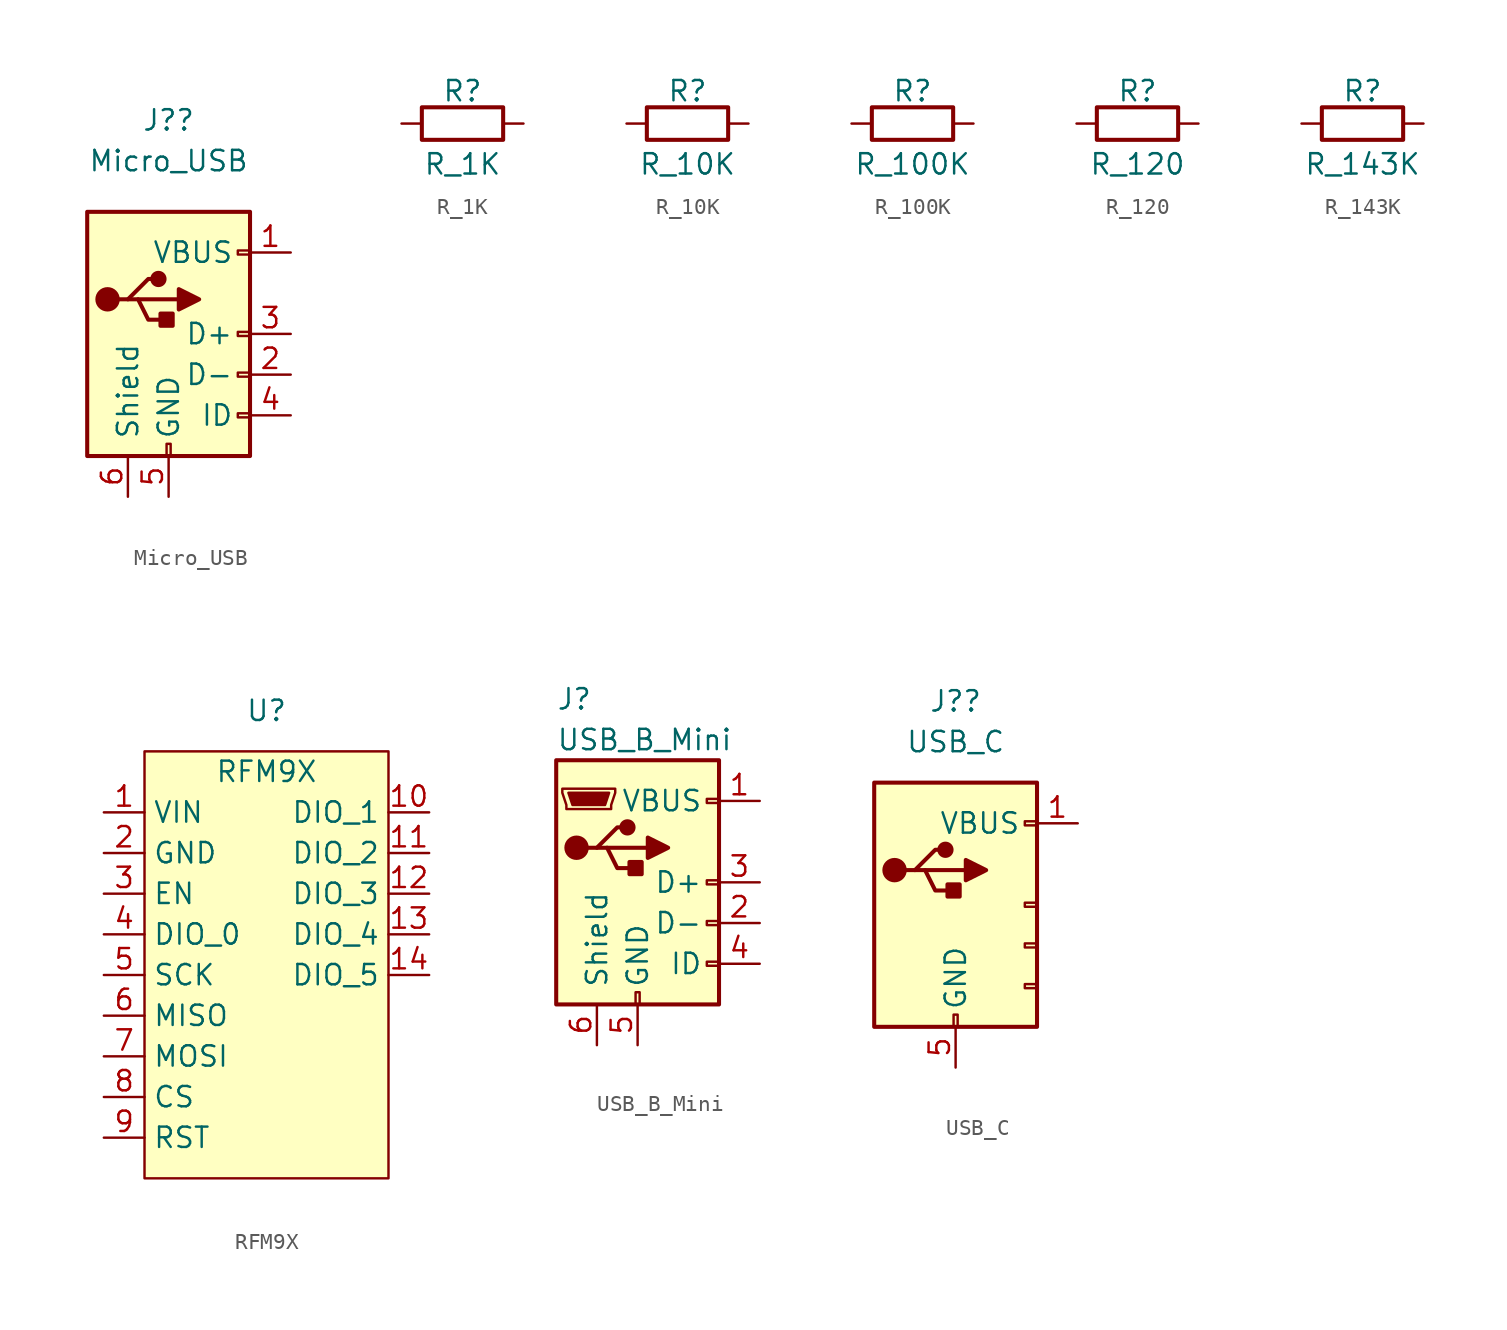
<source format=kicad_sym>
(kicad_symbol_lib
  (version 20211014)
  (generator kicad_symbol_editor)
  (symbol "Micro_USB"
    (pin_names
      (offset 1.016))
    (property "Reference" "J?"
      (at 0 13.335 0)
      (effects (font (size 1.27 1.27))))
    (property "Value" "Micro_USB"
      (at 0 10.795 0)
      (effects (font (size 1.27 1.27))))
    (symbol "Micro_USB_0_1"
      (rectangle (start -5.08 -7.62) (end 5.08 7.62) (stroke (width 0.254) (type default) (color 0 0 0 0)) (fill (type background)))
      (circle (center -3.81 2.159) (radius 0.635) (stroke (width 0.254) (type default) (color 0 0 0 0)) (fill (type outline)))
      (circle (center -0.635 3.429) (radius 0.381) (stroke (width 0.254) (type default) (color 0 0 0 0)) (fill (type outline)))
      (rectangle (start -0.127 -7.62) (end 0.127 -6.858) (stroke (width 0) (type default) (color 0 0 0 0)) (fill (type none)))
      (polyline (pts (xy -1.905 2.159) (xy 0.635 2.159)) (stroke (width 0.254) (type default) (color 0 0 0 0)) (fill (type none)))
      (polyline (pts (xy -3.175 2.159) (xy -2.54 2.159) (xy -1.27 3.429) (xy -0.635 3.429)) (stroke (width 0.254) (type default) (color 0 0 0 0)) (fill (type none)))
      (polyline (pts (xy -2.54 2.159) (xy -1.905 2.159) (xy -1.27 0.889) (xy 0 0.889)) (stroke (width 0.254) (type default) (color 0 0 0 0)) (fill (type none)))
      (polyline (pts (xy 0.635 2.794) (xy 0.635 1.524) (xy 1.905 2.159) (xy 0.635 2.794)) (stroke (width 0.254) (type default) (color 0 0 0 0)) (fill (type outline)))
      (rectangle (start 0.254 1.27) (end -0.508 0.508) (stroke (width 0.254) (type default) (color 0 0 0 0)) (fill (type outline)))
      (rectangle (start 5.08 -5.207) (end 4.318 -4.953) (stroke (width 0) (type default) (color 0 0 0 0)) (fill (type none)))
      (rectangle (start 5.08 -2.667) (end 4.318 -2.413) (stroke (width 0) (type default) (color 0 0 0 0)) (fill (type none)))
      (rectangle (start 5.08 -0.127) (end 4.318 0.127) (stroke (width 0) (type default) (color 0 0 0 0)) (fill (type none)))
      (rectangle (start 5.08 4.953) (end 4.318 5.207) (stroke (width 0) (type default) (color 0 0 0 0)) (fill (type none))))
    (symbol "Micro_USB_1_1"
      (pin power_out line (at 7.62 5.08 180) (length 2.54) (name "VBUS" (effects (font (size 1.27 1.27)))) (number "1" (effects (font (size 1.27 1.27)))))
      (pin passive line (at 7.62 -2.54 180) (length 2.54) (name "D-" (effects (font (size 1.27 1.27)))) (number "2" (effects (font (size 1.27 1.27)))))
      (pin passive line (at 7.62 0 180) (length 2.54) (name "D+" (effects (font (size 1.27 1.27)))) (number "3" (effects (font (size 1.27 1.27)))))
      (pin passive line (at 7.62 -5.08 180) (length 2.54) (name "ID" (effects (font (size 1.27 1.27)))) (number "4" (effects (font (size 1.27 1.27)))))
      (pin power_out line (at 0 -10.16 90) (length 2.54) (name "GND" (effects (font (size 1.27 1.27)))) (number "5" (effects (font (size 1.27 1.27)))))
      (pin passive line (at -2.54 -10.16 90) (length 2.54) (name "Shield" (effects (font (size 1.27 1.27)))) (number "6" (effects (font (size 1.27 1.27)))))))
  (symbol "R_1K"
    (pin_numbers hide)
    (pin_names
      (offset 0))
    (property "Reference" "R"
      (at 0 2.032 0)
      (effects (font (size 1.27 1.27))))
    (property "Value" "R_1K"
      (at 0 -2.54 0)
      (effects (font (size 1.27 1.27))))
    (symbol "R_1K_0_1"
      (rectangle (start 2.54 -1.016) (end -2.54 1.016) (stroke (width 0.254) (type default) (color 0 0 0 0)) (fill (type none))))
    (symbol "R_1K_1_1"
      (pin passive line (at -3.81 0 0) (length 1.27) (name "~" (effects (font (size 1.27 1.27)))) (number "1" (effects (font (size 1.27 1.27)))))
      (pin passive line (at 3.81 0 180) (length 1.27) (name "~" (effects (font (size 1.27 1.27)))) (number "2" (effects (font (size 1.27 1.27)))))))
  (symbol "R_10K"
    (pin_numbers hide)
    (pin_names
      (offset 0))
    (property "Reference" "R"
      (at 0 2.032 0)
      (effects (font (size 1.27 1.27))))
    (property "Value" "R_10K"
      (at 0 -2.54 0)
      (effects (font (size 1.27 1.27))))
    (symbol "R_10K_0_1"
      (rectangle (start 2.54 -1.016) (end -2.54 1.016) (stroke (width 0.254) (type default) (color 0 0 0 0)) (fill (type none))))
    (symbol "R_10K_1_1"
      (pin passive line (at -3.81 0 0) (length 1.27) (name "~" (effects (font (size 1.27 1.27)))) (number "1" (effects (font (size 1.27 1.27)))))
      (pin passive line (at 3.81 0 180) (length 1.27) (name "~" (effects (font (size 1.27 1.27)))) (number "2" (effects (font (size 1.27 1.27)))))))
  (symbol "R_100K"
    (pin_numbers hide)
    (pin_names
      (offset 0))
    (property "Reference" "R"
      (at 0 2.032 0)
      (effects (font (size 1.27 1.27))))
    (property "Value" "R_100K"
      (at 0 -2.54 0)
      (effects (font (size 1.27 1.27))))
    (symbol "R_100K_0_1"
      (rectangle (start 2.54 -1.016) (end -2.54 1.016) (stroke (width 0.254) (type default) (color 0 0 0 0)) (fill (type none))))
    (symbol "R_100K_1_1"
      (pin passive line (at -3.81 0 0) (length 1.27) (name "~" (effects (font (size 1.27 1.27)))) (number "1" (effects (font (size 1.27 1.27)))))
      (pin passive line (at 3.81 0 180) (length 1.27) (name "~" (effects (font (size 1.27 1.27)))) (number "2" (effects (font (size 1.27 1.27)))))))
  (symbol "R_120"
    (pin_numbers hide)
    (pin_names
      (offset 0))
    (property "Reference" "R"
      (at 0 2.032 0)
      (effects (font (size 1.27 1.27))))
    (property "Value" "R_120"
      (at 0 -2.54 0)
      (effects (font (size 1.27 1.27))))
    (symbol "R_120_0_1"
      (rectangle (start 2.54 -1.016) (end -2.54 1.016) (stroke (width 0.254) (type default) (color 0 0 0 0)) (fill (type none))))
    (symbol "R_120_1_1"
      (pin passive line (at -3.81 0 0) (length 1.27) (name "~" (effects (font (size 1.27 1.27)))) (number "1" (effects (font (size 1.27 1.27)))))
      (pin passive line (at 3.81 0 180) (length 1.27) (name "~" (effects (font (size 1.27 1.27)))) (number "2" (effects (font (size 1.27 1.27)))))))
  (symbol "R_143K"
    (pin_numbers hide)
    (pin_names
      (offset 0))
    (property "Reference" "R"
      (at 0 2.032 0)
      (effects (font (size 1.27 1.27))))
    (property "Value" "R_143K"
      (at 0 -2.54 0)
      (effects (font (size 1.27 1.27))))
    (symbol "R_143K_0_1"
      (rectangle (start 2.54 -1.016) (end -2.54 1.016) (stroke (width 0.254) (type default) (color 0 0 0 0)) (fill (type none))))
    (symbol "R_143K_1_1"
      (pin passive line (at -3.81 0 0) (length 1.27) (name "~" (effects (font (size 1.27 1.27)))) (number "1" (effects (font (size 1.27 1.27)))))
      (pin passive line (at 3.81 0 180) (length 1.27) (name "~" (effects (font (size 1.27 1.27)))) (number "2" (effects (font (size 1.27 1.27)))))))
  (symbol "RFM9X"
    (property "Reference" "U"
      (at 0 3.81 0)
      (effects (font (size 1.27 1.27))))
    (property "Value" "RFM9X"
      (at 0 0 0)
      (effects (font (size 1.27 1.27))))
    (symbol "RFM9X_0_1"
      (rectangle (start -7.62 1.27) (end 7.62 -25.4) (stroke (width 0) (type default) (color 0 0 0 0)) (fill (type background))))
    (symbol "RFM9X_1_1"
      (pin input line (at -10.16 -2.54 0) (length 2.54) (name "VIN" (effects (font (size 1.27 1.27)))) (number "1" (effects (font (size 1.27 1.27)))))
      (pin input line (at 10.16 -2.54 180) (length 2.54) (name "DIO_1" (effects (font (size 1.27 1.27)))) (number "10" (effects (font (size 1.27 1.27)))))
      (pin input line (at 10.16 -5.08 180) (length 2.54) (name "DIO_2" (effects (font (size 1.27 1.27)))) (number "11" (effects (font (size 1.27 1.27)))))
      (pin input line (at 10.16 -7.62 180) (length 2.54) (name "DIO_3" (effects (font (size 1.27 1.27)))) (number "12" (effects (font (size 1.27 1.27)))))
      (pin input line (at 10.16 -10.16 180) (length 2.54) (name "DIO_4" (effects (font (size 1.27 1.27)))) (number "13" (effects (font (size 1.27 1.27)))))
      (pin input line (at 10.16 -12.7 180) (length 2.54) (name "DIO_5" (effects (font (size 1.27 1.27)))) (number "14" (effects (font (size 1.27 1.27)))))
      (pin input line (at -10.16 -5.08 0) (length 2.54) (name "GND" (effects (font (size 1.27 1.27)))) (number "2" (effects (font (size 1.27 1.27)))))
      (pin input line (at -10.16 -7.62 0) (length 2.54) (name "EN" (effects (font (size 1.27 1.27)))) (number "3" (effects (font (size 1.27 1.27)))))
      (pin input line (at -10.16 -10.16 0) (length 2.54) (name "DIO_0" (effects (font (size 1.27 1.27)))) (number "4" (effects (font (size 1.27 1.27)))))
      (pin input line (at -10.16 -12.7 0) (length 2.54) (name "SCK" (effects (font (size 1.27 1.27)))) (number "5" (effects (font (size 1.27 1.27)))))
      (pin input line (at -10.16 -15.24 0) (length 2.54) (name "MISO" (effects (font (size 1.27 1.27)))) (number "6" (effects (font (size 1.27 1.27)))))
      (pin input line (at -10.16 -17.78 0) (length 2.54) (name "MOSI" (effects (font (size 1.27 1.27)))) (number "7" (effects (font (size 1.27 1.27)))))
      (pin input line (at -10.16 -20.32 0) (length 2.54) (name "CS" (effects (font (size 1.27 1.27)))) (number "8" (effects (font (size 1.27 1.27)))))
      (pin input line (at -10.16 -22.86 0) (length 2.54) (name "RST" (effects (font (size 1.27 1.27)))) (number "9" (effects (font (size 1.27 1.27)))))))
  (symbol "USB_B_Mini"
    (pin_names
      (offset 1.016))
    (property "Reference" "J"
      (at -5.08 11.43 0)
      (effects (font (size 1.27 1.27)) (justify left)))
    (property "Value" "USB_B_Mini"
      (at -5.08 8.89 0)
      (effects (font (size 1.27 1.27)) (justify left)))
    (symbol "USB_B_Mini_0_1"
      (rectangle (start -5.08 -7.62) (end 5.08 7.62) (stroke (width 0.254) (type default) (color 0 0 0 0)) (fill (type background)))
      (circle (center -3.81 2.159) (radius 0.635) (stroke (width 0.254) (type default) (color 0 0 0 0)) (fill (type outline)))
      (circle (center -0.635 3.429) (radius 0.381) (stroke (width 0.254) (type default) (color 0 0 0 0)) (fill (type outline)))
      (rectangle (start -0.127 -7.62) (end 0.127 -6.858) (stroke (width 0) (type default) (color 0 0 0 0)) (fill (type none)))
      (polyline (pts (xy -1.905 2.159) (xy 0.635 2.159)) (stroke (width 0.254) (type default) (color 0 0 0 0)) (fill (type none)))
      (polyline (pts (xy -3.175 2.159) (xy -2.54 2.159) (xy -1.27 3.429) (xy -0.635 3.429)) (stroke (width 0.254) (type default) (color 0 0 0 0)) (fill (type none)))
      (polyline (pts (xy -2.54 2.159) (xy -1.905 2.159) (xy -1.27 0.889) (xy 0 0.889)) (stroke (width 0.254) (type default) (color 0 0 0 0)) (fill (type none)))
      (polyline (pts (xy 0.635 2.794) (xy 0.635 1.524) (xy 1.905 2.159) (xy 0.635 2.794)) (stroke (width 0.254) (type default) (color 0 0 0 0)) (fill (type outline)))
      (polyline (pts (xy -4.318 5.588) (xy -1.778 5.588) (xy -2.032 4.826) (xy -4.064 4.826) (xy -4.318 5.588)) (stroke (width 0) (type default) (color 0 0 0 0)) (fill (type outline)))
      (polyline (pts (xy -4.699 5.842) (xy -4.699 5.588) (xy -4.445 4.826) (xy -4.445 4.572) (xy -1.651 4.572) (xy -1.651 4.826) (xy -1.397 5.588) (xy -1.397 5.842) (xy -4.699 5.842)) (stroke (width 0) (type default) (color 0 0 0 0)) (fill (type none)))
      (rectangle (start 0.254 1.27) (end -0.508 0.508) (stroke (width 0.254) (type default) (color 0 0 0 0)) (fill (type outline)))
      (rectangle (start 5.08 -5.207) (end 4.318 -4.953) (stroke (width 0) (type default) (color 0 0 0 0)) (fill (type none)))
      (rectangle (start 5.08 -2.667) (end 4.318 -2.413) (stroke (width 0) (type default) (color 0 0 0 0)) (fill (type none)))
      (rectangle (start 5.08 -0.127) (end 4.318 0.127) (stroke (width 0) (type default) (color 0 0 0 0)) (fill (type none)))
      (rectangle (start 5.08 4.953) (end 4.318 5.207) (stroke (width 0) (type default) (color 0 0 0 0)) (fill (type none))))
    (symbol "USB_B_Mini_1_1"
      (pin power_out line (at 7.62 5.08 180) (length 2.54) (name "VBUS" (effects (font (size 1.27 1.27)))) (number "1" (effects (font (size 1.27 1.27)))))
      (pin passive line (at 7.62 -2.54 180) (length 2.54) (name "D-" (effects (font (size 1.27 1.27)))) (number "2" (effects (font (size 1.27 1.27)))))
      (pin passive line (at 7.62 0 180) (length 2.54) (name "D+" (effects (font (size 1.27 1.27)))) (number "3" (effects (font (size 1.27 1.27)))))
      (pin passive line (at 7.62 -5.08 180) (length 2.54) (name "ID" (effects (font (size 1.27 1.27)))) (number "4" (effects (font (size 1.27 1.27)))))
      (pin power_out line (at 0 -10.16 90) (length 2.54) (name "GND" (effects (font (size 1.27 1.27)))) (number "5" (effects (font (size 1.27 1.27)))))
      (pin passive line (at -2.54 -10.16 90) (length 2.54) (name "Shield" (effects (font (size 1.27 1.27)))) (number "6" (effects (font (size 1.27 1.27)))))))
  (symbol "USB_C"
    (pin_names
      (offset 1.016))
    (property "Reference" "J?"
      (at 0 12.7 0)
      (effects (font (size 1.27 1.27))))
    (property "Value" "USB_C"
      (at 0 10.16 0)
      (effects (font (size 1.27 1.27))))
    (symbol "USB_C_0_1"
      (rectangle (start -5.08 -7.62) (end 5.08 7.62) (stroke (width 0.254) (type default) (color 0 0 0 0)) (fill (type background)))
      (circle (center -3.81 2.159) (radius 0.635) (stroke (width 0.254) (type default) (color 0 0 0 0)) (fill (type outline)))
      (circle (center -0.635 3.429) (radius 0.381) (stroke (width 0.254) (type default) (color 0 0 0 0)) (fill (type outline)))
      (rectangle (start -0.127 -7.62) (end 0.127 -6.858) (stroke (width 0) (type default) (color 0 0 0 0)) (fill (type none)))
      (polyline (pts (xy -1.905 2.159) (xy 0.635 2.159)) (stroke (width 0.254) (type default) (color 0 0 0 0)) (fill (type none)))
      (polyline (pts (xy -3.175 2.159) (xy -2.54 2.159) (xy -1.27 3.429) (xy -0.635 3.429)) (stroke (width 0.254) (type default) (color 0 0 0 0)) (fill (type none)))
      (polyline (pts (xy -2.54 2.159) (xy -1.905 2.159) (xy -1.27 0.889) (xy 0 0.889)) (stroke (width 0.254) (type default) (color 0 0 0 0)) (fill (type none)))
      (polyline (pts (xy 0.635 2.794) (xy 0.635 1.524) (xy 1.905 2.159) (xy 0.635 2.794)) (stroke (width 0.254) (type default) (color 0 0 0 0)) (fill (type outline)))
      (rectangle (start 0.254 1.27) (end -0.508 0.508) (stroke (width 0.254) (type default) (color 0 0 0 0)) (fill (type outline)))
      (rectangle (start 5.08 -5.207) (end 4.318 -4.953) (stroke (width 0) (type default) (color 0 0 0 0)) (fill (type none)))
      (rectangle (start 5.08 -2.667) (end 4.318 -2.413) (stroke (width 0) (type default) (color 0 0 0 0)) (fill (type none)))
      (rectangle (start 5.08 -0.127) (end 4.318 0.127) (stroke (width 0) (type default) (color 0 0 0 0)) (fill (type none)))
      (rectangle (start 5.08 4.953) (end 4.318 5.207) (stroke (width 0) (type default) (color 0 0 0 0)) (fill (type none))))
    (symbol "USB_C_1_1"
      (pin power_out line (at 7.62 5.08 180) (length 2.54) (name "VBUS" (effects (font (size 1.27 1.27)))) (number "1" (effects (font (size 1.27 1.27)))))
      (pin power_out line (at 0 -10.16 90) (length 2.54) (name "GND" (effects (font (size 1.27 1.27)))) (number "5" (effects (font (size 1.27 1.27))))))))
</source>
